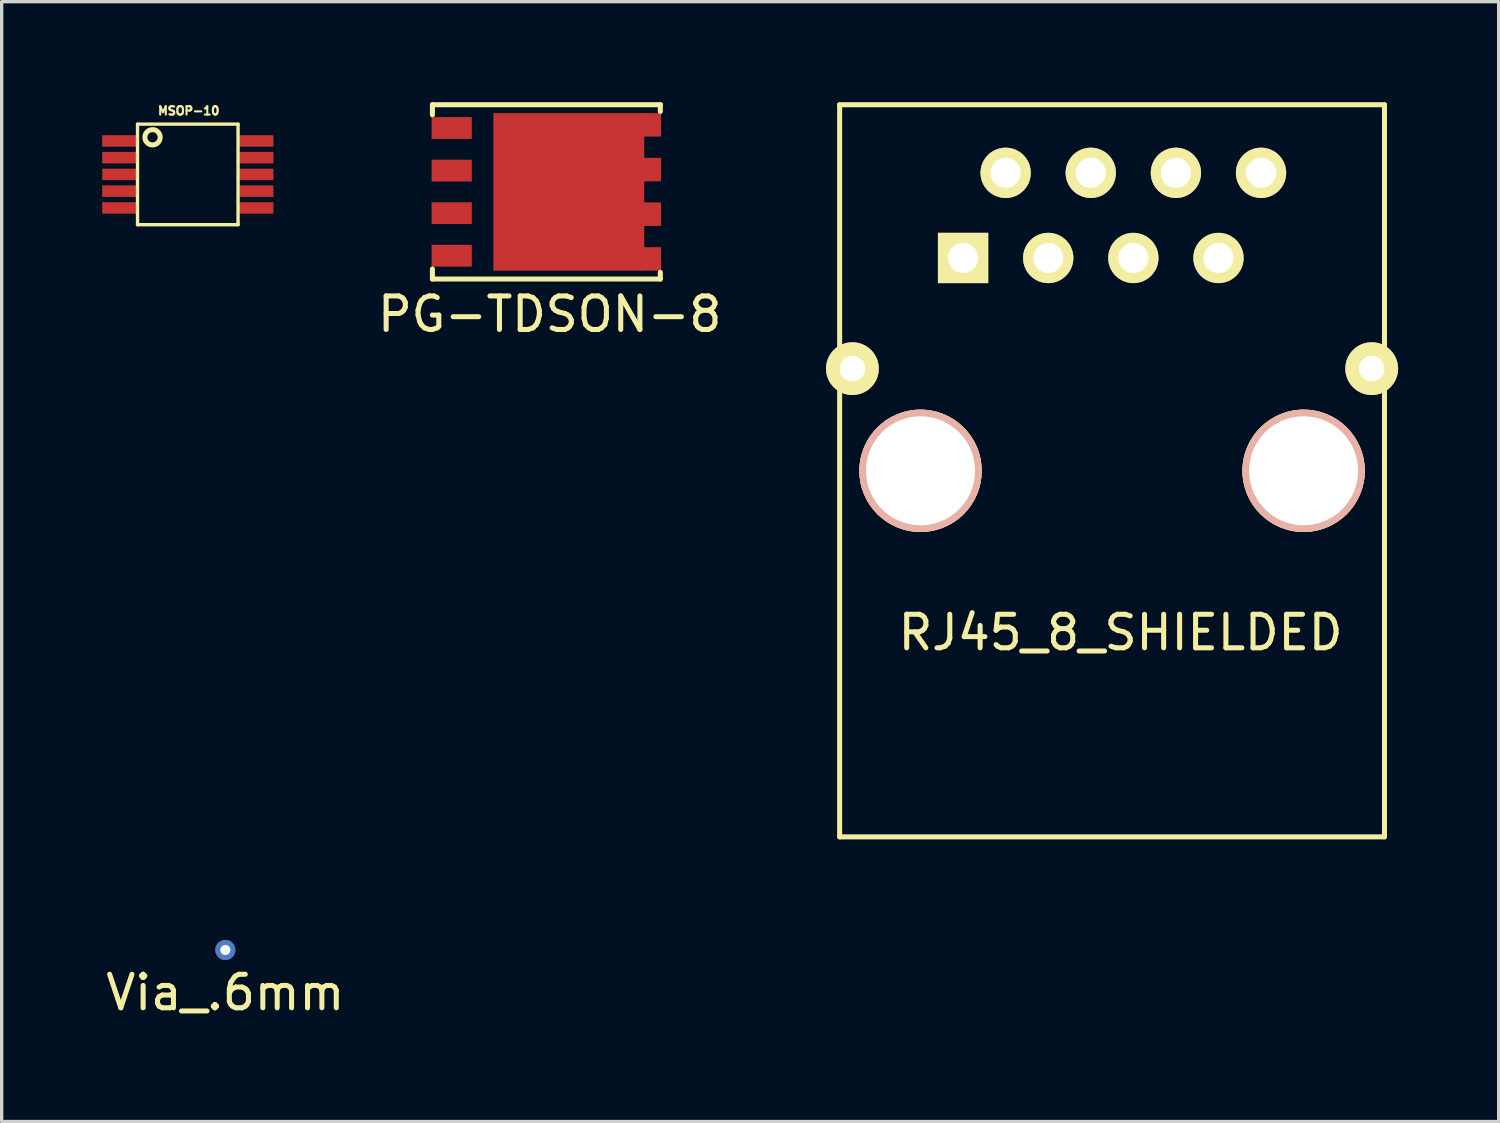
<source format=kicad_pcb>
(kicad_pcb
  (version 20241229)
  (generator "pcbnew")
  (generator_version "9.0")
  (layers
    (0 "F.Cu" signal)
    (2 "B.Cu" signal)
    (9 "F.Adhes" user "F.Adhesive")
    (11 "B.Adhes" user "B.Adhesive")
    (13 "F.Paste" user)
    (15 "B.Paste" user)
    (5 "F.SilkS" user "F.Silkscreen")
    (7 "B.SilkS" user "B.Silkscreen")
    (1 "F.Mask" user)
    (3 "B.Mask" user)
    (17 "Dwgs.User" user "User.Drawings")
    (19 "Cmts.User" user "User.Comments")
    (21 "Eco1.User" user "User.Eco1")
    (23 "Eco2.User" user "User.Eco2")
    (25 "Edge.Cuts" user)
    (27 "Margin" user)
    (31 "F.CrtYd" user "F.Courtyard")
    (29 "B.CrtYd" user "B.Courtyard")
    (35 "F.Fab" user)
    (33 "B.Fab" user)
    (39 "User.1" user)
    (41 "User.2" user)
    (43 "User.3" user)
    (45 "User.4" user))
  (footprint "PG-TDSON-8"
    (layer "F.Cu")
    (at 13.252 2.675)
    (property "Reference" "PG-TDSON-8" (at 0.1 3.65 0) (layer "F.SilkS") (effects (font (size 1 1) (thickness 0.15))))
    (attr through_hole)
    (fp_line (start -3.4 -2.6) (end -3.4 -2.3) (stroke (width 0.15) (type solid)) (layer "F.SilkS"))
    (fp_line (start -3.4 2.6) (end -3.4 2.3) (stroke (width 0.15) (type solid)) (layer "F.SilkS"))
    (fp_line (start 3.4 -2.6) (end -3.4 -2.6) (stroke (width 0.15) (type solid)) (layer "F.SilkS"))
    (fp_line (start 3.4 -2.4) (end 3.4 -2.6) (stroke (width 0.15) (type solid)) (layer "F.SilkS"))
    (fp_line (start 3.4 2.4) (end 3.4 2.6) (stroke (width 0.15) (type solid)) (layer "F.SilkS"))
    (fp_line (start 3.4 2.6) (end -3.4 2.6) (stroke (width 0.15) (type solid)) (layer "F.SilkS"))
    (pad "" smd rect (at 0.67 0) (size 4.5 4.7) (layers "F.Cu" "F.Mask" "F.Paste"))
    (pad "1" smd rect (at -2.825 -1.905) (size 1.2 0.65) (layers "F.Cu" "F.Mask" "F.Paste"))
    (pad "2" smd rect (at -2.825 -0.635) (size 1.2 0.65) (layers "F.Cu" "F.Mask" "F.Paste"))
    (pad "3" smd rect (at -2.825 0.635) (size 1.2 0.65) (layers "F.Cu" "F.Mask" "F.Paste"))
    (pad "4" smd rect (at -2.825 1.905) (size 1.2 0.65) (layers "F.Cu" "F.Mask" "F.Paste"))
    (pad "5" smd rect (at 3.12 2) (size 0.6 0.7) (layers "F.Cu" "F.Mask" "F.Paste"))
    (pad "6" smd rect (at 3.12 0.665) (size 0.6 0.7) (layers "F.Cu" "F.Mask" "F.Paste"))
    (pad "7" smd rect (at 3.12 -0.665) (size 0.6 0.7) (layers "F.Cu" "F.Mask" "F.Paste"))
    (pad "8" smd rect (at 3.12 -2) (size 0.6 0.7) (layers "F.Cu" "F.Mask" "F.Paste")))
  (footprint "MSOP-10"
    (layer "F.Cu")
    (at 2.551 2.156)
    (property "Reference" "MSOP-10" (at 0.03 -1.9 0) (layer "F.SilkS") (effects (font (size 0.25 0.25) (thickness 0.062))))
    (attr through_hole)
    (fp_line (start -1.498 -1.502) (end 1.502 -1.502) (stroke (width 0.1) (type solid)) (layer "F.SilkS"))
    (fp_line (start -1.498 1.498) (end -1.498 -1.502) (stroke (width 0.1) (type solid)) (layer "F.SilkS"))
    (fp_line (start 1.502 -1.502) (end 1.502 1.498) (stroke (width 0.1) (type solid)) (layer "F.SilkS"))
    (fp_line (start 1.502 1.498) (end -1.498 1.498) (stroke (width 0.1) (type solid)) (layer "F.SilkS"))
    (fp_circle (center -1.05 -1.11) (end -1.16 -0.91) (stroke (width 0.15) (type solid)) (fill no) (layer "F.SilkS"))
    (pad "1" smd rect (at -2.043 -1.002) (size 1.016 0.343) (layers "F.Cu" "F.Mask" "F.Paste"))
    (pad "2" smd rect (at -2.043 -0.502) (size 1.016 0.343) (layers "F.Cu" "F.Mask" "F.Paste"))
    (pad "3" smd rect (at -2.043 -0.003) (size 1.016 0.343) (layers "F.Cu" "F.Mask" "F.Paste"))
    (pad "4" smd rect (at -2.043 0.497) (size 1.016 0.343) (layers "F.Cu" "F.Mask" "F.Paste"))
    (pad "5" smd rect (at -2.043 0.998) (size 1.016 0.343) (layers "F.Cu" "F.Mask" "F.Paste"))
    (pad "6" smd rect (at 2.049 -1.002) (size 1.016 0.343) (layers "F.Cu" "F.Mask" "F.Paste"))
    (pad "7" smd rect (at 2.049 -0.502) (size 1.016 0.343) (layers "F.Cu" "F.Mask" "F.Paste"))
    (pad "8" smd rect (at 2.049 -0.003) (size 1.016 0.343) (layers "F.Cu" "F.Mask" "F.Paste"))
    (pad "9" smd rect (at 2.049 0.497) (size 1.016 0.343) (layers "F.Cu" "F.Mask" "F.Paste"))
    (pad "10" smd rect (at 2.049 0.998) (size 1.016 0.343) (layers "F.Cu" "F.Mask" "F.Paste")))
  (footprint "RJ45_8_SHIELDED"
    (layer "F.Cu")
    (at 30.13 10.997)
    (property "Reference" "RJ45_8_SHIELDED" (at 0.254 4.826 0) (layer "F.SilkS") (effects (font (size 1 1) (thickness 0.15))))
    (attr through_hole)
    (fp_line (start -8.128 -10.922) (end -8.128 10.922) (stroke (width 0.15) (type solid)) (layer "F.SilkS"))
    (fp_line (start -8.128 10.922) (end 8.128 10.922) (stroke (width 0.15) (type solid)) (layer "F.SilkS"))
    (fp_line (start 8.128 -10.922) (end -8.128 -10.922) (stroke (width 0.15) (type solid)) (layer "F.SilkS"))
    (fp_line (start 8.128 10.922) (end 8.128 -10.922) (stroke (width 0.15) (type solid)) (layer "F.SilkS"))
    (pad "" np_thru_hole circle (at -7.747 -3.048) (size 1.575 1.575) (drill 0.762) (layers "*.Cu" "*.Mask" "F.SilkS"))
    (pad "" np_thru_hole circle (at -5.715 0) (size 3.65 3.65) (drill 3.251) (layers "*.Cu" "*.SilkS" "*.Mask"))
    (pad "" np_thru_hole circle (at 5.715 0) (size 3.65 3.65) (drill 3.251) (layers "*.Cu" "*.SilkS" "*.Mask"))
    (pad "" np_thru_hole circle (at 7.747 -3.048) (size 1.575 1.575) (drill 0.762) (layers "*.Cu" "*.Mask" "F.SilkS"))
    (pad "1" thru_hole rect (at -4.445 -6.35) (size 1.501 1.501) (drill 0.899) (layers "*.Cu" "*.Mask" "F.SilkS"))
    (pad "2" thru_hole circle (at -3.175 -8.89) (size 1.501 1.501) (drill 0.899) (layers "*.Cu" "*.Mask" "F.SilkS"))
    (pad "3" thru_hole circle (at -1.905 -6.35) (size 1.501 1.501) (drill 0.899) (layers "*.Cu" "*.Mask" "F.SilkS"))
    (pad "4" thru_hole circle (at -0.635 -8.89) (size 1.501 1.501) (drill 0.899) (layers "*.Cu" "*.Mask" "F.SilkS"))
    (pad "5" thru_hole circle (at 0.635 -6.35) (size 1.501 1.501) (drill 0.899) (layers "*.Cu" "*.Mask" "F.SilkS"))
    (pad "6" thru_hole circle (at 1.905 -8.89) (size 1.501 1.501) (drill 0.899) (layers "*.Cu" "*.Mask" "F.SilkS"))
    (pad "7" thru_hole circle (at 3.175 -6.35) (size 1.501 1.501) (drill 0.899) (layers "*.Cu" "*.Mask" "F.SilkS"))
    (pad "8" thru_hole circle (at 4.445 -8.89) (size 1.501 1.501) (drill 0.899) (layers "*.Cu" "*.Mask" "F.SilkS")))
  (footprint "Via_.6mm"
    (layer "F.Cu")
    (at 3.673 25.294)
    (property "Reference" "Via_.6mm" (at 0 1.27 0) (layer "F.SilkS") (effects (font (size 1 1) (thickness 0.15))))
    (attr through_hole)
    (pad "1" thru_hole circle (at 0 0) (size 0.6 0.6) (drill 0.3) (layers "*.Cu")))
  (gr_rect
    (start -3 -3)
    (end 41.665 30.412)
    (stroke (width 0.1) (type default))
    (fill no)
    (layer "Edge.Cuts")))
</source>
